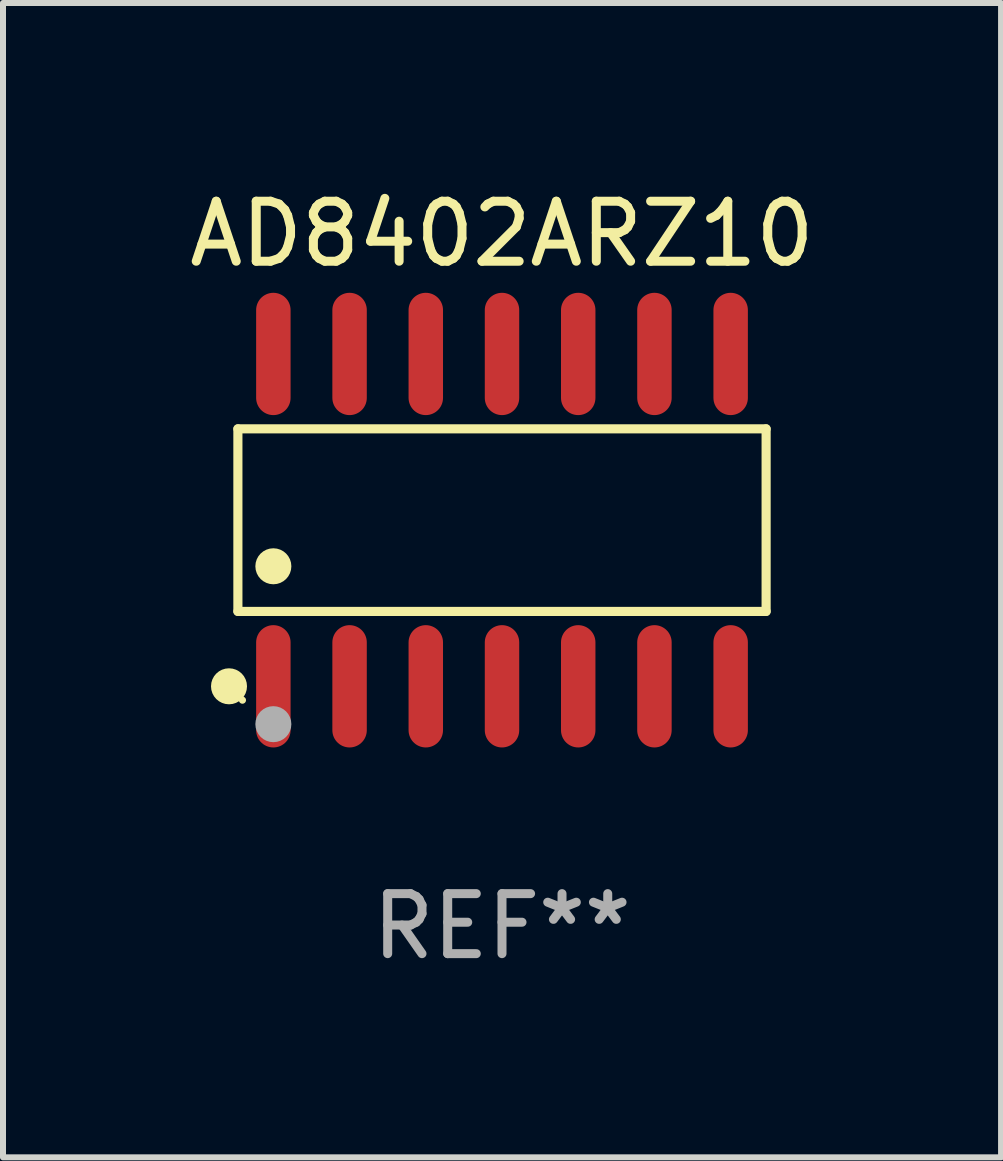
<source format=kicad_pcb>
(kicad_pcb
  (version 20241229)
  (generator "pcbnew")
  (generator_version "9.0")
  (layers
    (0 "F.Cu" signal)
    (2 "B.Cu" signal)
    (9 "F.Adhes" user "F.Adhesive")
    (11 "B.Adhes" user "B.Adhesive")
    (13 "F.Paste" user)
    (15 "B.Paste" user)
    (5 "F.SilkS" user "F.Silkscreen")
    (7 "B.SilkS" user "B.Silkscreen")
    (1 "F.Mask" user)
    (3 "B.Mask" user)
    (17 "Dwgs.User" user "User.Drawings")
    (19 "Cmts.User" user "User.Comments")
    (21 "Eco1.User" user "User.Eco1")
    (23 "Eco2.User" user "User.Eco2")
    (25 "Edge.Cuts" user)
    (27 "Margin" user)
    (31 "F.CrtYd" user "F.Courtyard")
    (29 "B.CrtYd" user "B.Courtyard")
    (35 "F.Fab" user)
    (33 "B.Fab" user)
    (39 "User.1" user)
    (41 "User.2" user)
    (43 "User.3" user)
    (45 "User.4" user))
  (footprint "AD8402ARZ10"
    (layer "F.Cu")
    (at 5.315 5.617)
    (property "Reference" "AD8402ARZ10" (at 0 -4.769 0) (layer "F.SilkS") (effects (font (size 1 1) (thickness 0.15))))
    (attr through_hole)
    (fp_line (start -4.401 -1.521) (end 4.401 -1.521) (stroke (width 0.152) (type solid)) (layer "F.SilkS"))
    (fp_line (start -4.401 1.521) (end -4.401 -1.521) (stroke (width 0.152) (type solid)) (layer "F.SilkS"))
    (fp_line (start 4.401 -1.521) (end 4.401 1.521) (stroke (width 0.152) (type solid)) (layer "F.SilkS"))
    (fp_line (start 4.401 1.521) (end -4.401 1.521) (stroke (width 0.152) (type solid)) (layer "F.SilkS"))
    (fp_circle (center -4.549 2.769) (end -4.399 2.769) (stroke (width 0.3) (type solid)) (fill no) (layer "F.SilkS"))
    (fp_circle (center -4.325 3) (end -4.295 3) (stroke (width 0.06) (type solid)) (fill no) (layer "F.SilkS"))
    (fp_circle (center -3.81 0.769) (end -3.66 0.769) (stroke (width 0.3) (type solid)) (fill no) (layer "F.SilkS"))
    (fp_circle (center -3.81 3.4) (end -3.66 3.4) (stroke (width 0.3) (type solid)) (fill no) (layer "F.Fab"))
    (fp_text user "REF**" (at 0 6.769 0) (layer "F.Fab") (effects (font (size 1 1) (thickness 0.15))))
    (pad "1" smd oval (at -3.81 2.769) (size 0.574 2.038) (layers "F.Cu" "F.Mask" "F.Paste"))
    (pad "2" smd oval (at -2.54 2.769) (size 0.574 2.038) (layers "F.Cu" "F.Mask" "F.Paste"))
    (pad "3" smd oval (at -1.27 2.769) (size 0.574 2.038) (layers "F.Cu" "F.Mask" "F.Paste"))
    (pad "4" smd oval (at 0 2.769) (size 0.574 2.038) (layers "F.Cu" "F.Mask" "F.Paste"))
    (pad "5" smd oval (at 1.27 2.769) (size 0.574 2.038) (layers "F.Cu" "F.Mask" "F.Paste"))
    (pad "6" smd oval (at 2.54 2.769) (size 0.574 2.038) (layers "F.Cu" "F.Mask" "F.Paste"))
    (pad "7" smd oval (at 3.81 2.769) (size 0.574 2.038) (layers "F.Cu" "F.Mask" "F.Paste"))
    (pad "8" smd oval (at 3.81 -2.769) (size 0.574 2.038) (layers "F.Cu" "F.Mask" "F.Paste"))
    (pad "9" smd oval (at 2.54 -2.769) (size 0.574 2.038) (layers "F.Cu" "F.Mask" "F.Paste"))
    (pad "10" smd oval (at 1.27 -2.769) (size 0.574 2.038) (layers "F.Cu" "F.Mask" "F.Paste"))
    (pad "11" smd oval (at 0 -2.769) (size 0.574 2.038) (layers "F.Cu" "F.Mask" "F.Paste"))
    (pad "12" smd oval (at -1.27 -2.769) (size 0.574 2.038) (layers "F.Cu" "F.Mask" "F.Paste"))
    (pad "13" smd oval (at -2.54 -2.769) (size 0.574 2.038) (layers "F.Cu" "F.Mask" "F.Paste"))
    (pad "14" smd oval (at -3.81 -2.769) (size 0.574 2.038) (layers "F.Cu" "F.Mask" "F.Paste")))
  (gr_rect
    (start -3 -3)
    (end 13.631 16.235)
    (stroke (width 0.1) (type default))
    (fill no)
    (layer "Edge.Cuts")))
</source>
